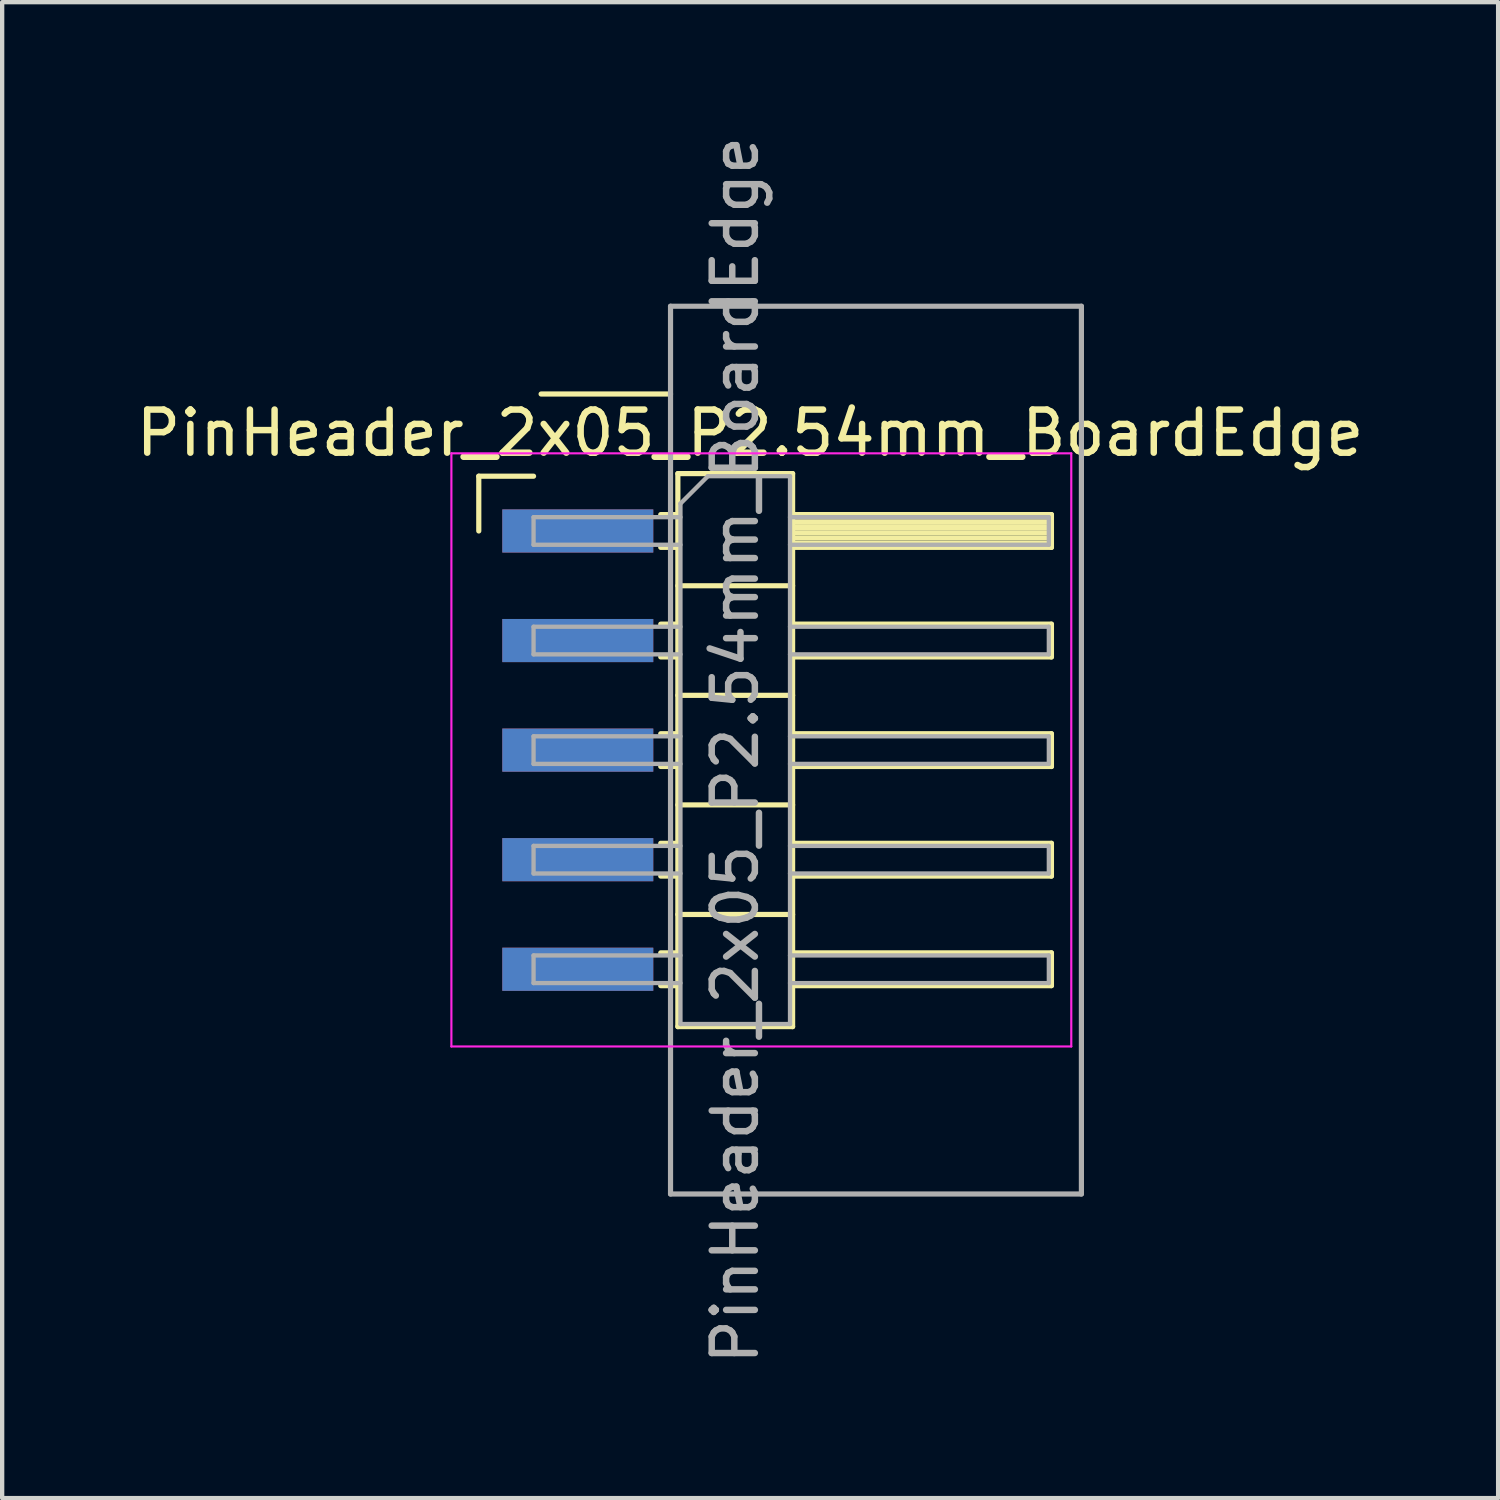
<source format=kicad_pcb>
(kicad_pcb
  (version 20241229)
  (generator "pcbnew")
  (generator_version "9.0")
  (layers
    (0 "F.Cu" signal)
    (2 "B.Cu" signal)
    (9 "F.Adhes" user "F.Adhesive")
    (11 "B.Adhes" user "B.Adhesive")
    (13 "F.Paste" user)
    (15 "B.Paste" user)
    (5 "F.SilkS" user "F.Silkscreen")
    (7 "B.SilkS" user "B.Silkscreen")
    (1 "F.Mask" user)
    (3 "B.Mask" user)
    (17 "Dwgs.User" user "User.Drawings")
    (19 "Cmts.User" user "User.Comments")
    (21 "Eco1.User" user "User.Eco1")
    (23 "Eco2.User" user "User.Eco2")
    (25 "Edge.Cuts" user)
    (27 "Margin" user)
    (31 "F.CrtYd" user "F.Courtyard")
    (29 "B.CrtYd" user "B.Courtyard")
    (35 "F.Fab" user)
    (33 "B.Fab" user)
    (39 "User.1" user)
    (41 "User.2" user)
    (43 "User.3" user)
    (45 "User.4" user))
  (footprint "PinHeader_2x05_P2.54mm_BoardEdge"
    (layer "F.Cu")
    (at 8.684 9.259)
    (property "Reference" "PinHeader_2x05_P2.54mm_BoardEdge" (at 5.655 -2.27 0) (layer "F.SilkS") (effects (font (size 1 1) (thickness 0.15))))
    (attr through_hole)
    (fp_line (start -0.635 -1.27) (end 0.635 -1.27) (stroke (width 0.12) (type solid)) (layer "F.SilkS"))
    (fp_line (start -0.635 0) (end -0.635 -1.27) (stroke (width 0.12) (type solid)) (layer "F.SilkS"))
    (fp_line (start 0.81 -3.175) (end 3.81 -3.175) (stroke (width 0.12) (type solid)) (layer "F.SilkS"))
    (fp_line (start 3.583 -0.38) (end 3.98 -0.38) (stroke (width 0.12) (type solid)) (layer "F.SilkS"))
    (fp_line (start 3.583 0.38) (end 3.98 0.38) (stroke (width 0.12) (type solid)) (layer "F.SilkS"))
    (fp_line (start 3.583 2.16) (end 3.98 2.16) (stroke (width 0.12) (type solid)) (layer "F.SilkS"))
    (fp_line (start 3.583 2.92) (end 3.98 2.92) (stroke (width 0.12) (type solid)) (layer "F.SilkS"))
    (fp_line (start 3.583 4.7) (end 3.98 4.7) (stroke (width 0.12) (type solid)) (layer "F.SilkS"))
    (fp_line (start 3.583 5.46) (end 3.98 5.46) (stroke (width 0.12) (type solid)) (layer "F.SilkS"))
    (fp_line (start 3.583 7.24) (end 3.98 7.24) (stroke (width 0.12) (type solid)) (layer "F.SilkS"))
    (fp_line (start 3.583 8) (end 3.98 8) (stroke (width 0.12) (type solid)) (layer "F.SilkS"))
    (fp_line (start 3.583 9.78) (end 3.98 9.78) (stroke (width 0.12) (type solid)) (layer "F.SilkS"))
    (fp_line (start 3.583 10.54) (end 3.98 10.54) (stroke (width 0.12) (type solid)) (layer "F.SilkS"))
    (fp_line (start 3.98 -1.33) (end 3.98 11.49) (stroke (width 0.12) (type solid)) (layer "F.SilkS"))
    (fp_line (start 3.98 1.27) (end 6.64 1.27) (stroke (width 0.12) (type solid)) (layer "F.SilkS"))
    (fp_line (start 3.98 3.81) (end 6.64 3.81) (stroke (width 0.12) (type solid)) (layer "F.SilkS"))
    (fp_line (start 3.98 6.35) (end 6.64 6.35) (stroke (width 0.12) (type solid)) (layer "F.SilkS"))
    (fp_line (start 3.98 8.89) (end 6.64 8.89) (stroke (width 0.12) (type solid)) (layer "F.SilkS"))
    (fp_line (start 3.98 11.49) (end 6.64 11.49) (stroke (width 0.12) (type solid)) (layer "F.SilkS"))
    (fp_line (start 6.64 -1.33) (end 3.98 -1.33) (stroke (width 0.12) (type solid)) (layer "F.SilkS"))
    (fp_line (start 6.64 -0.38) (end 12.64 -0.38) (stroke (width 0.12) (type solid)) (layer "F.SilkS"))
    (fp_line (start 6.64 -0.32) (end 12.64 -0.32) (stroke (width 0.12) (type solid)) (layer "F.SilkS"))
    (fp_line (start 6.64 -0.2) (end 12.64 -0.2) (stroke (width 0.12) (type solid)) (layer "F.SilkS"))
    (fp_line (start 6.64 -0.08) (end 12.64 -0.08) (stroke (width 0.12) (type solid)) (layer "F.SilkS"))
    (fp_line (start 6.64 0.04) (end 12.64 0.04) (stroke (width 0.12) (type solid)) (layer "F.SilkS"))
    (fp_line (start 6.64 0.16) (end 12.64 0.16) (stroke (width 0.12) (type solid)) (layer "F.SilkS"))
    (fp_line (start 6.64 0.28) (end 12.64 0.28) (stroke (width 0.12) (type solid)) (layer "F.SilkS"))
    (fp_line (start 6.64 2.16) (end 12.64 2.16) (stroke (width 0.12) (type solid)) (layer "F.SilkS"))
    (fp_line (start 6.64 4.7) (end 12.64 4.7) (stroke (width 0.12) (type solid)) (layer "F.SilkS"))
    (fp_line (start 6.64 7.24) (end 12.64 7.24) (stroke (width 0.12) (type solid)) (layer "F.SilkS"))
    (fp_line (start 6.64 9.78) (end 12.64 9.78) (stroke (width 0.12) (type solid)) (layer "F.SilkS"))
    (fp_line (start 6.64 11.49) (end 6.64 -1.33) (stroke (width 0.12) (type solid)) (layer "F.SilkS"))
    (fp_line (start 12.64 -0.38) (end 12.64 0.38) (stroke (width 0.12) (type solid)) (layer "F.SilkS"))
    (fp_line (start 12.64 0.38) (end 6.64 0.38) (stroke (width 0.12) (type solid)) (layer "F.SilkS"))
    (fp_line (start 12.64 2.16) (end 12.64 2.92) (stroke (width 0.12) (type solid)) (layer "F.SilkS"))
    (fp_line (start 12.64 2.92) (end 6.64 2.92) (stroke (width 0.12) (type solid)) (layer "F.SilkS"))
    (fp_line (start 12.64 4.7) (end 12.64 5.46) (stroke (width 0.12) (type solid)) (layer "F.SilkS"))
    (fp_line (start 12.64 5.46) (end 6.64 5.46) (stroke (width 0.12) (type solid)) (layer "F.SilkS"))
    (fp_line (start 12.64 7.24) (end 12.64 8) (stroke (width 0.12) (type solid)) (layer "F.SilkS"))
    (fp_line (start 12.64 8) (end 6.64 8) (stroke (width 0.12) (type solid)) (layer "F.SilkS"))
    (fp_line (start 12.64 9.78) (end 12.64 10.54) (stroke (width 0.12) (type solid)) (layer "F.SilkS"))
    (fp_line (start 12.64 10.54) (end 6.64 10.54) (stroke (width 0.12) (type solid)) (layer "F.SilkS"))
    (fp_line (start -1.27 -1.8) (end -1.27 11.95) (stroke (width 0.05) (type solid)) (layer "F.CrtYd"))
    (fp_line (start -1.27 11.95) (end 13.1 11.95) (stroke (width 0.05) (type solid)) (layer "F.CrtYd"))
    (fp_line (start 13.1 -1.8) (end -1.27 -1.8) (stroke (width 0.05) (type solid)) (layer "F.CrtYd"))
    (fp_line (start 13.1 11.95) (end 13.1 -1.8) (stroke (width 0.05) (type solid)) (layer "F.CrtYd"))
    (fp_line (start 0.635 -0.32) (end 0.635 0.32) (stroke (width 0.1) (type solid)) (layer "F.Fab"))
    (fp_line (start 0.635 -0.32) (end 4.04 -0.32) (stroke (width 0.1) (type solid)) (layer "F.Fab"))
    (fp_line (start 0.635 0.32) (end 4.04 0.32) (stroke (width 0.1) (type solid)) (layer "F.Fab"))
    (fp_line (start 0.635 2.22) (end 0.635 2.86) (stroke (width 0.1) (type solid)) (layer "F.Fab"))
    (fp_line (start 0.635 2.22) (end 4.04 2.22) (stroke (width 0.1) (type solid)) (layer "F.Fab"))
    (fp_line (start 0.635 2.86) (end 4.04 2.86) (stroke (width 0.1) (type solid)) (layer "F.Fab"))
    (fp_line (start 0.635 4.76) (end 0.635 5.4) (stroke (width 0.1) (type solid)) (layer "F.Fab"))
    (fp_line (start 0.635 4.76) (end 4.04 4.76) (stroke (width 0.1) (type solid)) (layer "F.Fab"))
    (fp_line (start 0.635 5.4) (end 4.04 5.4) (stroke (width 0.1) (type solid)) (layer "F.Fab"))
    (fp_line (start 0.635 7.3) (end 0.635 7.94) (stroke (width 0.1) (type solid)) (layer "F.Fab"))
    (fp_line (start 0.635 7.3) (end 4.04 7.3) (stroke (width 0.1) (type solid)) (layer "F.Fab"))
    (fp_line (start 0.635 7.94) (end 4.04 7.94) (stroke (width 0.1) (type solid)) (layer "F.Fab"))
    (fp_line (start 0.635 9.84) (end 0.635 10.48) (stroke (width 0.1) (type solid)) (layer "F.Fab"))
    (fp_line (start 0.635 9.84) (end 4.04 9.84) (stroke (width 0.1) (type solid)) (layer "F.Fab"))
    (fp_line (start 0.635 10.48) (end 4.04 10.48) (stroke (width 0.1) (type solid)) (layer "F.Fab"))
    (fp_line (start 3.81 -5.21) (end 3.81 15.37) (stroke (width 0.12) (type solid)) (layer "F.Fab"))
    (fp_line (start 3.81 -5.21) (end 13.335 -5.21) (stroke (width 0.12) (type solid)) (layer "F.Fab"))
    (fp_line (start 3.81 -1.27) (end 3.81 11.43) (stroke (width 0.06) (type solid)) (layer "F.Fab"))
    (fp_line (start 4.04 -0.635) (end 4.675 -1.27) (stroke (width 0.1) (type solid)) (layer "F.Fab"))
    (fp_line (start 4.04 11.43) (end 4.04 -0.635) (stroke (width 0.1) (type solid)) (layer "F.Fab"))
    (fp_line (start 4.675 -1.27) (end 6.58 -1.27) (stroke (width 0.1) (type solid)) (layer "F.Fab"))
    (fp_line (start 6.58 -1.27) (end 6.58 11.43) (stroke (width 0.1) (type solid)) (layer "F.Fab"))
    (fp_line (start 6.58 -0.32) (end 12.58 -0.32) (stroke (width 0.1) (type solid)) (layer "F.Fab"))
    (fp_line (start 6.58 0.32) (end 12.58 0.32) (stroke (width 0.1) (type solid)) (layer "F.Fab"))
    (fp_line (start 6.58 2.22) (end 12.58 2.22) (stroke (width 0.1) (type solid)) (layer "F.Fab"))
    (fp_line (start 6.58 2.86) (end 12.58 2.86) (stroke (width 0.1) (type solid)) (layer "F.Fab"))
    (fp_line (start 6.58 4.76) (end 12.58 4.76) (stroke (width 0.1) (type solid)) (layer "F.Fab"))
    (fp_line (start 6.58 5.4) (end 12.58 5.4) (stroke (width 0.1) (type solid)) (layer "F.Fab"))
    (fp_line (start 6.58 7.3) (end 12.58 7.3) (stroke (width 0.1) (type solid)) (layer "F.Fab"))
    (fp_line (start 6.58 7.94) (end 12.58 7.94) (stroke (width 0.1) (type solid)) (layer "F.Fab"))
    (fp_line (start 6.58 9.84) (end 12.58 9.84) (stroke (width 0.1) (type solid)) (layer "F.Fab"))
    (fp_line (start 6.58 10.48) (end 12.58 10.48) (stroke (width 0.1) (type solid)) (layer "F.Fab"))
    (fp_line (start 6.58 11.43) (end 4.04 11.43) (stroke (width 0.1) (type solid)) (layer "F.Fab"))
    (fp_line (start 12.58 -0.32) (end 12.58 0.32) (stroke (width 0.1) (type solid)) (layer "F.Fab"))
    (fp_line (start 12.58 2.22) (end 12.58 2.86) (stroke (width 0.1) (type solid)) (layer "F.Fab"))
    (fp_line (start 12.58 4.76) (end 12.58 5.4) (stroke (width 0.1) (type solid)) (layer "F.Fab"))
    (fp_line (start 12.58 7.3) (end 12.58 7.94) (stroke (width 0.1) (type solid)) (layer "F.Fab"))
    (fp_line (start 12.58 9.84) (end 12.58 10.48) (stroke (width 0.1) (type solid)) (layer "F.Fab"))
    (fp_line (start 13.335 -5.21) (end 13.335 15.37) (stroke (width 0.12) (type solid)) (layer "F.Fab"))
    (fp_line (start 13.335 15.37) (end 3.81 15.37) (stroke (width 0.12) (type solid)) (layer "F.Fab"))
    (fp_text user "${REFERENCE}" (at 5.31 5.08 90) (layer "F.Fab") (effects (font (size 1 1) (thickness 0.15))))
    (pad "1" smd rect (at 1.66 0) (size 3.5 1) (layers "F.Cu" "F.Mask"))
    (pad "2" smd rect (at 1.66 0) (size 3.5 1) (layers "B.Cu" "B.Mask"))
    (pad "3" smd rect (at 1.66 2.54) (size 3.5 1) (layers "F.Cu" "F.Mask"))
    (pad "4" smd rect (at 1.66 2.54) (size 3.5 1) (layers "B.Cu" "B.Mask"))
    (pad "5" smd rect (at 1.66 5.08) (size 3.5 1) (layers "F.Cu" "F.Mask"))
    (pad "6" smd rect (at 1.66 5.08) (size 3.5 1) (layers "B.Cu" "B.Mask"))
    (pad "7" smd rect (at 1.66 7.62) (size 3.5 1) (layers "F.Cu" "F.Mask"))
    (pad "8" smd rect (at 1.66 7.62) (size 3.5 1) (layers "B.Cu" "B.Mask"))
    (pad "9" smd rect (at 1.66 10.16) (size 3.5 1) (layers "F.Cu" "F.Mask"))
    (pad "10" smd rect (at 1.66 10.16) (size 3.5 1) (layers "B.Cu" "B.Mask")))
  (gr_rect
    (start -3 -3)
    (end 31.679 31.679)
    (stroke (width 0.1) (type default))
    (fill no)
    (layer "Edge.Cuts")))
</source>
